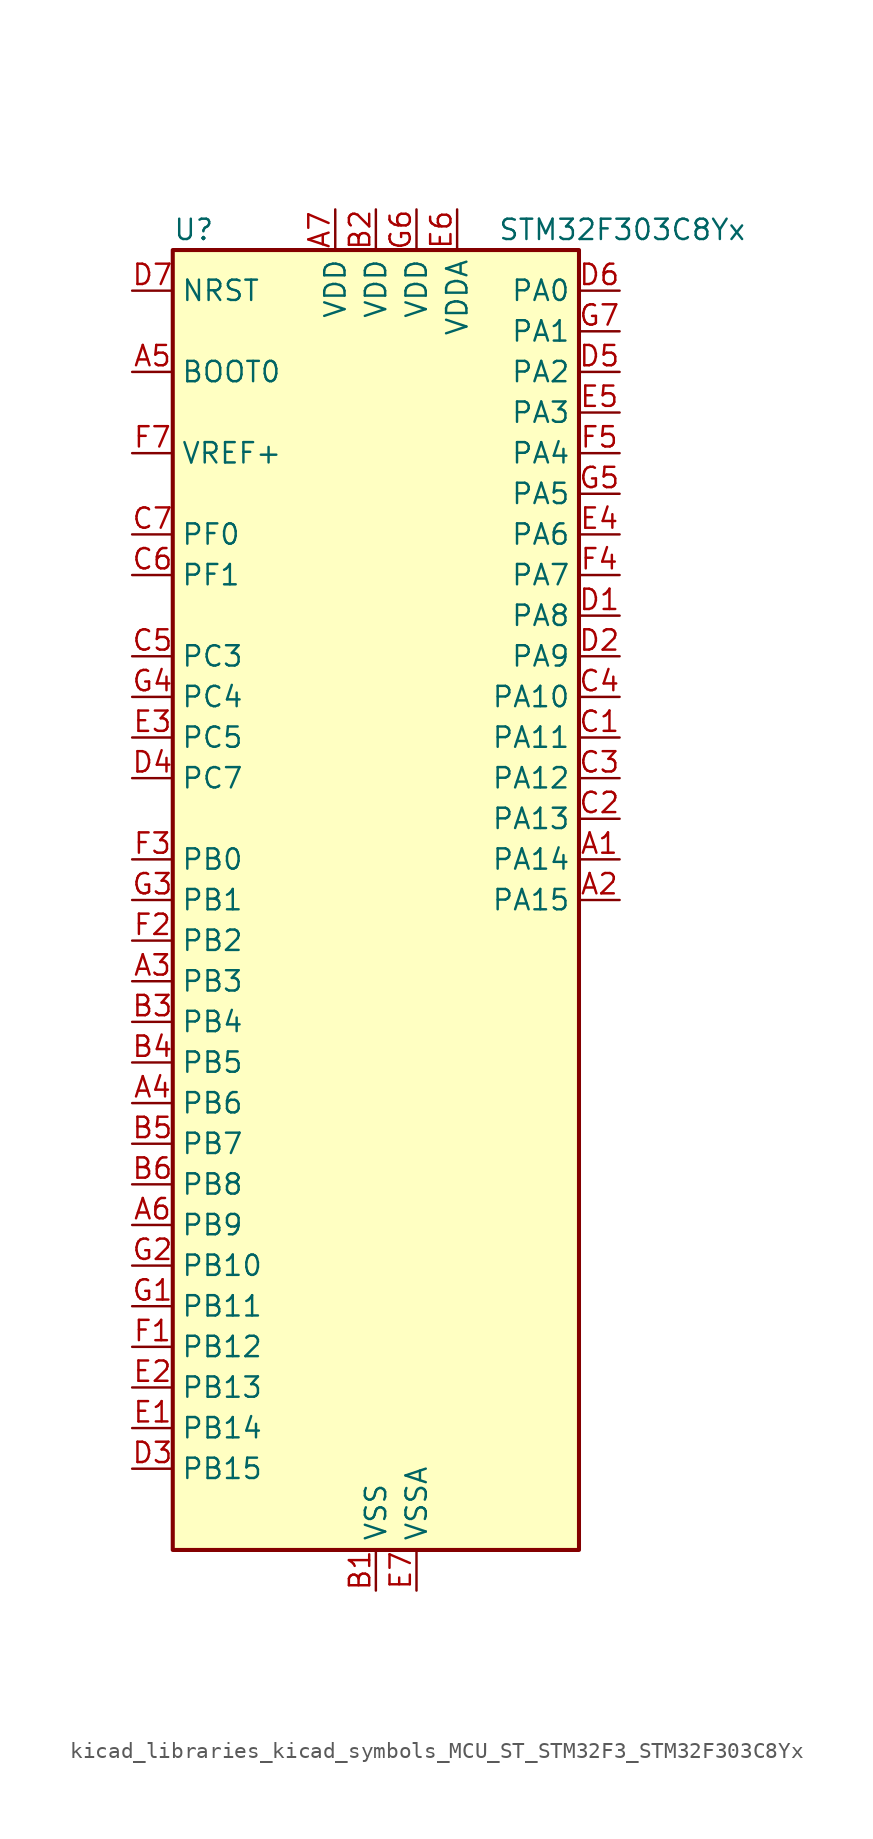
<source format=kicad_sym>
(kicad_symbol_lib
  (version 20220914)
  (generator kicad_symbol_editor)
  (symbol "kicad_libraries_kicad_symbols_MCU_ST_STM32F3_STM32F303C8Yx"
    (property "Reference" "U"
      (at -12.7 41.91 0)
      (effects (font (size 1.27 1.27)) (justify left)))
    (property "Value" "STM32F303C8Yx"
      (at 7.62 41.91 0)
      (effects (font (size 1.27 1.27)) (justify left)))
    (property "ki_locked" ""
      (at 0 0 0)
      (effects (font (size 1.27 1.27))))
    (symbol "kicad_libraries_kicad_symbols_MCU_ST_STM32F3_STM32F303C8Yx_0_1"
      (rectangle (start -12.7 -40.64) (end 12.7 40.64) (stroke (width 0.254) (type default)) (fill (type background))))
    (symbol "kicad_libraries_kicad_symbols_MCU_ST_STM32F3_STM32F303C8Yx_1_1"
      (pin bidirectional line (at 15.24 2.54 180) (length 2.54) (name "PA14" (effects (font (size 1.27 1.27)))) (number "A1" (effects (font (size 1.27 1.27)))) (alternate "I2C1_SDA" bidirectional line) (alternate "SYS_JTCK-SWCLK" bidirectional line) (alternate "TIM1_BKIN" bidirectional line) (alternate "TSC_G4_IO4" bidirectional line) (alternate "USART2_TX" bidirectional line))
      (pin bidirectional line (at 15.24 0 180) (length 2.54) (name "PA15" (effects (font (size 1.27 1.27)))) (number "A2" (effects (font (size 1.27 1.27)))) (alternate "I2C1_SCL" bidirectional line) (alternate "SPI1_NSS" bidirectional line) (alternate "SYS_JTDI" bidirectional line) (alternate "TIM1_BKIN" bidirectional line) (alternate "TIM2_CH1" bidirectional line) (alternate "TIM2_ETR" bidirectional line) (alternate "TSC_SYNC" bidirectional line) (alternate "USART2_RX" bidirectional line))
      (pin bidirectional line (at -15.24 -5.08 0) (length 2.54) (name "PB3" (effects (font (size 1.27 1.27)))) (number "A3" (effects (font (size 1.27 1.27)))) (alternate "SPI1_SCK" bidirectional line) (alternate "SYS_JTDO-TRACESWO" bidirectional line) (alternate "TIM2_CH2" bidirectional line) (alternate "TIM3_ETR" bidirectional line) (alternate "TSC_G5_IO1" bidirectional line) (alternate "USART2_TX" bidirectional line))
      (pin bidirectional line (at -15.24 -12.7 0) (length 2.54) (name "PB6" (effects (font (size 1.27 1.27)))) (number "A4" (effects (font (size 1.27 1.27)))) (alternate "I2C1_SCL" bidirectional line) (alternate "TIM16_CH1N" bidirectional line) (alternate "TSC_G5_IO3" bidirectional line) (alternate "USART1_TX" bidirectional line))
      (pin input line (at -15.24 33.02 0) (length 2.54) (name "BOOT0" (effects (font (size 1.27 1.27)))) (number "A5" (effects (font (size 1.27 1.27)))))
      (pin bidirectional line (at -15.24 -20.32 0) (length 2.54) (name "PB9" (effects (font (size 1.27 1.27)))) (number "A6" (effects (font (size 1.27 1.27)))) (alternate "CAN_TX" bidirectional line) (alternate "COMP2_OUT" bidirectional line) (alternate "DAC1_EXTI9" bidirectional line) (alternate "DAC2_EXTI9" bidirectional line) (alternate "I2C1_SDA" bidirectional line) (alternate "IR_OUT" bidirectional line) (alternate "TIM17_CH1" bidirectional line) (alternate "USART3_TX" bidirectional line))
      (pin power_in line (at -2.54 43.18 270) (length 2.54) (name "VDD" (effects (font (size 1.27 1.27)))) (number "A7" (effects (font (size 1.27 1.27)))))
      (pin power_in line (at 0 -43.18 90) (length 2.54) (name "VSS" (effects (font (size 1.27 1.27)))) (number "B1" (effects (font (size 1.27 1.27)))))
      (pin power_in line (at 0 43.18 270) (length 2.54) (name "VDD" (effects (font (size 1.27 1.27)))) (number "B2" (effects (font (size 1.27 1.27)))))
      (pin bidirectional line (at -15.24 -7.62 0) (length 2.54) (name "PB4" (effects (font (size 1.27 1.27)))) (number "B3" (effects (font (size 1.27 1.27)))) (alternate "SPI1_MISO" bidirectional line) (alternate "SYS_NJTRST" bidirectional line) (alternate "TIM16_CH1" bidirectional line) (alternate "TIM17_BKIN" bidirectional line) (alternate "TIM3_CH1" bidirectional line) (alternate "TSC_G5_IO2" bidirectional line) (alternate "USART2_RX" bidirectional line))
      (pin bidirectional line (at -15.24 -10.16 0) (length 2.54) (name "PB5" (effects (font (size 1.27 1.27)))) (number "B4" (effects (font (size 1.27 1.27)))) (alternate "I2C1_SMBA" bidirectional line) (alternate "SPI1_MOSI" bidirectional line) (alternate "TIM16_BKIN" bidirectional line) (alternate "TIM17_CH1" bidirectional line) (alternate "TIM3_CH2" bidirectional line) (alternate "USART2_CK" bidirectional line))
      (pin bidirectional line (at -15.24 -15.24 0) (length 2.54) (name "PB7" (effects (font (size 1.27 1.27)))) (number "B5" (effects (font (size 1.27 1.27)))) (alternate "I2C1_SDA" bidirectional line) (alternate "TIM17_CH1N" bidirectional line) (alternate "TIM3_CH4" bidirectional line) (alternate "TSC_G5_IO4" bidirectional line) (alternate "USART1_RX" bidirectional line))
      (pin bidirectional line (at -15.24 -17.78 0) (length 2.54) (name "PB8" (effects (font (size 1.27 1.27)))) (number "B6" (effects (font (size 1.27 1.27)))) (alternate "CAN_RX" bidirectional line) (alternate "I2C1_SCL" bidirectional line) (alternate "TIM16_CH1" bidirectional line) (alternate "TIM1_BKIN" bidirectional line) (alternate "TSC_SYNC" bidirectional line) (alternate "USART3_RX" bidirectional line))
      (pin passive line (at 0 -43.18 90) (length 2.54) hide (name "VSS" (effects (font (size 1.27 1.27)))) (number "B7" (effects (font (size 1.27 1.27)))))
      (pin bidirectional line (at 15.24 10.16 180) (length 2.54) (name "PA11" (effects (font (size 1.27 1.27)))) (number "C1" (effects (font (size 1.27 1.27)))) (alternate "CAN_RX" bidirectional line) (alternate "TIM1_BKIN2" bidirectional line) (alternate "TIM1_CH1N" bidirectional line) (alternate "TIM1_CH4" bidirectional line) (alternate "USART1_CTS" bidirectional line))
      (pin bidirectional line (at 15.24 5.08 180) (length 2.54) (name "PA13" (effects (font (size 1.27 1.27)))) (number "C2" (effects (font (size 1.27 1.27)))) (alternate "IR_OUT" bidirectional line) (alternate "SYS_JTMS-SWDIO" bidirectional line) (alternate "TIM16_CH1N" bidirectional line) (alternate "TSC_G4_IO3" bidirectional line) (alternate "USART3_CTS" bidirectional line))
      (pin bidirectional line (at 15.24 7.62 180) (length 2.54) (name "PA12" (effects (font (size 1.27 1.27)))) (number "C3" (effects (font (size 1.27 1.27)))) (alternate "CAN_TX" bidirectional line) (alternate "COMP2_OUT" bidirectional line) (alternate "TIM16_CH1" bidirectional line) (alternate "TIM1_CH2N" bidirectional line) (alternate "TIM1_ETR" bidirectional line) (alternate "USART1_DE" bidirectional line) (alternate "USART1_RTS" bidirectional line))
      (pin bidirectional line (at 15.24 12.7 180) (length 2.54) (name "PA10" (effects (font (size 1.27 1.27)))) (number "C4" (effects (font (size 1.27 1.27)))) (alternate "COMP6_OUT" bidirectional line) (alternate "TIM17_BKIN" bidirectional line) (alternate "TIM1_CH3" bidirectional line) (alternate "TIM2_CH4" bidirectional line) (alternate "TSC_G4_IO2" bidirectional line) (alternate "USART1_RX" bidirectional line))
      (pin bidirectional line (at -15.24 15.24 0) (length 2.54) (name "PC3" (effects (font (size 1.27 1.27)))) (number "C5" (effects (font (size 1.27 1.27)))) (alternate "ADC1_IN9" bidirectional line) (alternate "ADC2_IN9" bidirectional line) (alternate "TIM1_BKIN2" bidirectional line) (alternate "TIM1_CH4" bidirectional line))
      (pin bidirectional line (at -15.24 20.32 0) (length 2.54) (name "PF1" (effects (font (size 1.27 1.27)))) (number "C6" (effects (font (size 1.27 1.27)))) (alternate "RCC_OSC_OUT" bidirectional line))
      (pin bidirectional line (at -15.24 22.86 0) (length 2.54) (name "PF0" (effects (font (size 1.27 1.27)))) (number "C7" (effects (font (size 1.27 1.27)))) (alternate "RCC_OSC_IN" bidirectional line) (alternate "TIM1_CH3N" bidirectional line))
      (pin bidirectional line (at 15.24 17.78 180) (length 2.54) (name "PA8" (effects (font (size 1.27 1.27)))) (number "D1" (effects (font (size 1.27 1.27)))) (alternate "RCC_MCO" bidirectional line) (alternate "TIM1_CH1" bidirectional line) (alternate "USART1_CK" bidirectional line))
      (pin bidirectional line (at 15.24 15.24 180) (length 2.54) (name "PA9" (effects (font (size 1.27 1.27)))) (number "D2" (effects (font (size 1.27 1.27)))) (alternate "DAC1_EXTI9" bidirectional line) (alternate "DAC2_EXTI9" bidirectional line) (alternate "TIM15_BKIN" bidirectional line) (alternate "TIM1_CH2" bidirectional line) (alternate "TIM2_CH3" bidirectional line) (alternate "TSC_G4_IO1" bidirectional line) (alternate "USART1_TX" bidirectional line))
      (pin bidirectional line (at -15.24 -35.56 0) (length 2.54) (name "PB15" (effects (font (size 1.27 1.27)))) (number "D3" (effects (font (size 1.27 1.27)))) (alternate "ADC2_IN15" bidirectional line) (alternate "COMP6_INM" bidirectional line) (alternate "RTC_REFIN" bidirectional line) (alternate "TIM15_CH1N" bidirectional line) (alternate "TIM15_CH2" bidirectional line) (alternate "TIM1_CH3N" bidirectional line))
      (pin bidirectional line (at -15.24 7.62 0) (length 2.54) (name "PC7" (effects (font (size 1.27 1.27)))) (number "D4" (effects (font (size 1.27 1.27)))) (alternate "TIM3_CH2" bidirectional line))
      (pin bidirectional line (at 15.24 33.02 180) (length 2.54) (name "PA2" (effects (font (size 1.27 1.27)))) (number "D5" (effects (font (size 1.27 1.27)))) (alternate "ADC1_IN3" bidirectional line) (alternate "COMP2_INM" bidirectional line) (alternate "COMP2_OUT" bidirectional line) (alternate "TIM15_CH1" bidirectional line) (alternate "TIM2_CH3" bidirectional line) (alternate "TSC_G1_IO3" bidirectional line) (alternate "USART2_TX" bidirectional line))
      (pin bidirectional line (at 15.24 38.1 180) (length 2.54) (name "PA0" (effects (font (size 1.27 1.27)))) (number "D6" (effects (font (size 1.27 1.27)))) (alternate "ADC1_IN1" bidirectional line) (alternate "RTC_TAMP2" bidirectional line) (alternate "SYS_WKUP1" bidirectional line) (alternate "TIM2_CH1" bidirectional line) (alternate "TIM2_ETR" bidirectional line) (alternate "TSC_G1_IO1" bidirectional line) (alternate "USART2_CTS" bidirectional line))
      (pin input line (at -15.24 38.1 0) (length 2.54) (name "NRST" (effects (font (size 1.27 1.27)))) (number "D7" (effects (font (size 1.27 1.27)))))
      (pin bidirectional line (at -15.24 -33.02 0) (length 2.54) (name "PB14" (effects (font (size 1.27 1.27)))) (number "E1" (effects (font (size 1.27 1.27)))) (alternate "ADC2_IN14" bidirectional line) (alternate "OPAMP2_VINP" bidirectional line) (alternate "OPAMP2_VINP_SEC" bidirectional line) (alternate "TIM15_CH1" bidirectional line) (alternate "TIM1_CH2N" bidirectional line) (alternate "TSC_G6_IO4" bidirectional line) (alternate "USART3_DE" bidirectional line) (alternate "USART3_RTS" bidirectional line))
      (pin bidirectional line (at -15.24 -30.48 0) (length 2.54) (name "PB13" (effects (font (size 1.27 1.27)))) (number "E2" (effects (font (size 1.27 1.27)))) (alternate "ADC1_IN13" bidirectional line) (alternate "TIM1_CH1N" bidirectional line) (alternate "TSC_G6_IO3" bidirectional line) (alternate "USART3_CTS" bidirectional line))
      (pin bidirectional line (at -15.24 10.16 0) (length 2.54) (name "PC5" (effects (font (size 1.27 1.27)))) (number "E3" (effects (font (size 1.27 1.27)))) (alternate "ADC2_IN11" bidirectional line) (alternate "OPAMP2_VINM" bidirectional line) (alternate "OPAMP2_VINM_SEC" bidirectional line) (alternate "TIM15_BKIN" bidirectional line) (alternate "TSC_G3_IO1" bidirectional line) (alternate "USART1_RX" bidirectional line))
      (pin bidirectional line (at 15.24 22.86 180) (length 2.54) (name "PA6" (effects (font (size 1.27 1.27)))) (number "E4" (effects (font (size 1.27 1.27)))) (alternate "ADC2_IN3" bidirectional line) (alternate "DAC2_OUT1" bidirectional line) (alternate "OPAMP2_VOUT" bidirectional line) (alternate "SPI1_MISO" bidirectional line) (alternate "TIM16_CH1" bidirectional line) (alternate "TIM1_BKIN" bidirectional line) (alternate "TIM3_CH1" bidirectional line) (alternate "TSC_G2_IO3" bidirectional line))
      (pin bidirectional line (at 15.24 30.48 180) (length 2.54) (name "PA3" (effects (font (size 1.27 1.27)))) (number "E5" (effects (font (size 1.27 1.27)))) (alternate "ADC1_IN4" bidirectional line) (alternate "TIM15_CH2" bidirectional line) (alternate "TIM2_CH4" bidirectional line) (alternate "TSC_G1_IO4" bidirectional line) (alternate "USART2_RX" bidirectional line))
      (pin power_in line (at 5.08 43.18 270) (length 2.54) (name "VDDA" (effects (font (size 1.27 1.27)))) (number "E6" (effects (font (size 1.27 1.27)))))
      (pin power_in line (at 2.54 -43.18 90) (length 2.54) (name "VSSA" (effects (font (size 1.27 1.27)))) (number "E7" (effects (font (size 1.27 1.27)))))
      (pin bidirectional line (at -15.24 -27.94 0) (length 2.54) (name "PB12" (effects (font (size 1.27 1.27)))) (number "F1" (effects (font (size 1.27 1.27)))) (alternate "ADC2_IN13" bidirectional line) (alternate "TIM1_BKIN" bidirectional line) (alternate "TSC_G6_IO2" bidirectional line) (alternate "USART3_CK" bidirectional line))
      (pin bidirectional line (at -15.24 -2.54 0) (length 2.54) (name "PB2" (effects (font (size 1.27 1.27)))) (number "F2" (effects (font (size 1.27 1.27)))) (alternate "ADC2_IN12" bidirectional line) (alternate "COMP4_INM" bidirectional line) (alternate "TSC_G3_IO4" bidirectional line))
      (pin bidirectional line (at -15.24 2.54 0) (length 2.54) (name "PB0" (effects (font (size 1.27 1.27)))) (number "F3" (effects (font (size 1.27 1.27)))) (alternate "ADC1_IN11" bidirectional line) (alternate "COMP4_INP" bidirectional line) (alternate "OPAMP2_VINP" bidirectional line) (alternate "OPAMP2_VINP_SEC" bidirectional line) (alternate "TIM1_CH2N" bidirectional line) (alternate "TIM3_CH3" bidirectional line) (alternate "TSC_G3_IO2" bidirectional line))
      (pin bidirectional line (at 15.24 20.32 180) (length 2.54) (name "PA7" (effects (font (size 1.27 1.27)))) (number "F4" (effects (font (size 1.27 1.27)))) (alternate "ADC2_IN4" bidirectional line) (alternate "COMP2_INP" bidirectional line) (alternate "OPAMP2_VINP" bidirectional line) (alternate "OPAMP2_VINP_SEC" bidirectional line) (alternate "SPI1_MOSI" bidirectional line) (alternate "TIM17_CH1" bidirectional line) (alternate "TIM1_CH1N" bidirectional line) (alternate "TIM3_CH2" bidirectional line) (alternate "TSC_G2_IO4" bidirectional line))
      (pin bidirectional line (at 15.24 27.94 180) (length 2.54) (name "PA4" (effects (font (size 1.27 1.27)))) (number "F5" (effects (font (size 1.27 1.27)))) (alternate "ADC2_IN1" bidirectional line) (alternate "COMP2_INM" bidirectional line) (alternate "COMP4_INM" bidirectional line) (alternate "COMP6_INM" bidirectional line) (alternate "DAC1_OUT1" bidirectional line) (alternate "SPI1_NSS" bidirectional line) (alternate "TIM3_CH2" bidirectional line) (alternate "TSC_G2_IO1" bidirectional line) (alternate "USART2_CK" bidirectional line))
      (pin passive line (at 0 -43.18 90) (length 2.54) hide (name "VSS" (effects (font (size 1.27 1.27)))) (number "F6" (effects (font (size 1.27 1.27)))))
      (pin input line (at -15.24 27.94 0) (length 2.54) (name "VREF+" (effects (font (size 1.27 1.27)))) (number "F7" (effects (font (size 1.27 1.27)))))
      (pin bidirectional line (at -15.24 -25.4 0) (length 2.54) (name "PB11" (effects (font (size 1.27 1.27)))) (number "G1" (effects (font (size 1.27 1.27)))) (alternate "COMP6_INP" bidirectional line) (alternate "TIM2_CH4" bidirectional line) (alternate "TSC_G6_IO1" bidirectional line) (alternate "USART3_RX" bidirectional line))
      (pin bidirectional line (at -15.24 -22.86 0) (length 2.54) (name "PB10" (effects (font (size 1.27 1.27)))) (number "G2" (effects (font (size 1.27 1.27)))) (alternate "TIM2_CH3" bidirectional line) (alternate "TSC_SYNC" bidirectional line) (alternate "USART3_TX" bidirectional line))
      (pin bidirectional line (at -15.24 0 0) (length 2.54) (name "PB1" (effects (font (size 1.27 1.27)))) (number "G3" (effects (font (size 1.27 1.27)))) (alternate "ADC1_IN12" bidirectional line) (alternate "COMP4_OUT" bidirectional line) (alternate "TIM1_CH3N" bidirectional line) (alternate "TIM3_CH4" bidirectional line) (alternate "TSC_G3_IO3" bidirectional line))
      (pin bidirectional line (at -15.24 12.7 0) (length 2.54) (name "PC4" (effects (font (size 1.27 1.27)))) (number "G4" (effects (font (size 1.27 1.27)))) (alternate "ADC2_IN5" bidirectional line) (alternate "TIM1_ETR" bidirectional line) (alternate "USART1_TX" bidirectional line))
      (pin bidirectional line (at 15.24 25.4 180) (length 2.54) (name "PA5" (effects (font (size 1.27 1.27)))) (number "G5" (effects (font (size 1.27 1.27)))) (alternate "ADC2_IN2" bidirectional line) (alternate "DAC1_OUT2" bidirectional line) (alternate "OPAMP2_VINM" bidirectional line) (alternate "OPAMP2_VINM_SEC" bidirectional line) (alternate "SPI1_SCK" bidirectional line) (alternate "TIM2_CH1" bidirectional line) (alternate "TIM2_ETR" bidirectional line) (alternate "TSC_G2_IO2" bidirectional line))
      (pin power_in line (at 2.54 43.18 270) (length 2.54) (name "VDD" (effects (font (size 1.27 1.27)))) (number "G6" (effects (font (size 1.27 1.27)))))
      (pin bidirectional line (at 15.24 35.56 180) (length 2.54) (name "PA1" (effects (font (size 1.27 1.27)))) (number "G7" (effects (font (size 1.27 1.27)))) (alternate "ADC1_IN2" bidirectional line) (alternate "RTC_REFIN" bidirectional line) (alternate "TIM15_CH1N" bidirectional line) (alternate "TIM2_CH2" bidirectional line) (alternate "TSC_G1_IO2" bidirectional line) (alternate "USART2_DE" bidirectional line) (alternate "USART2_RTS" bidirectional line)))))
</source>
